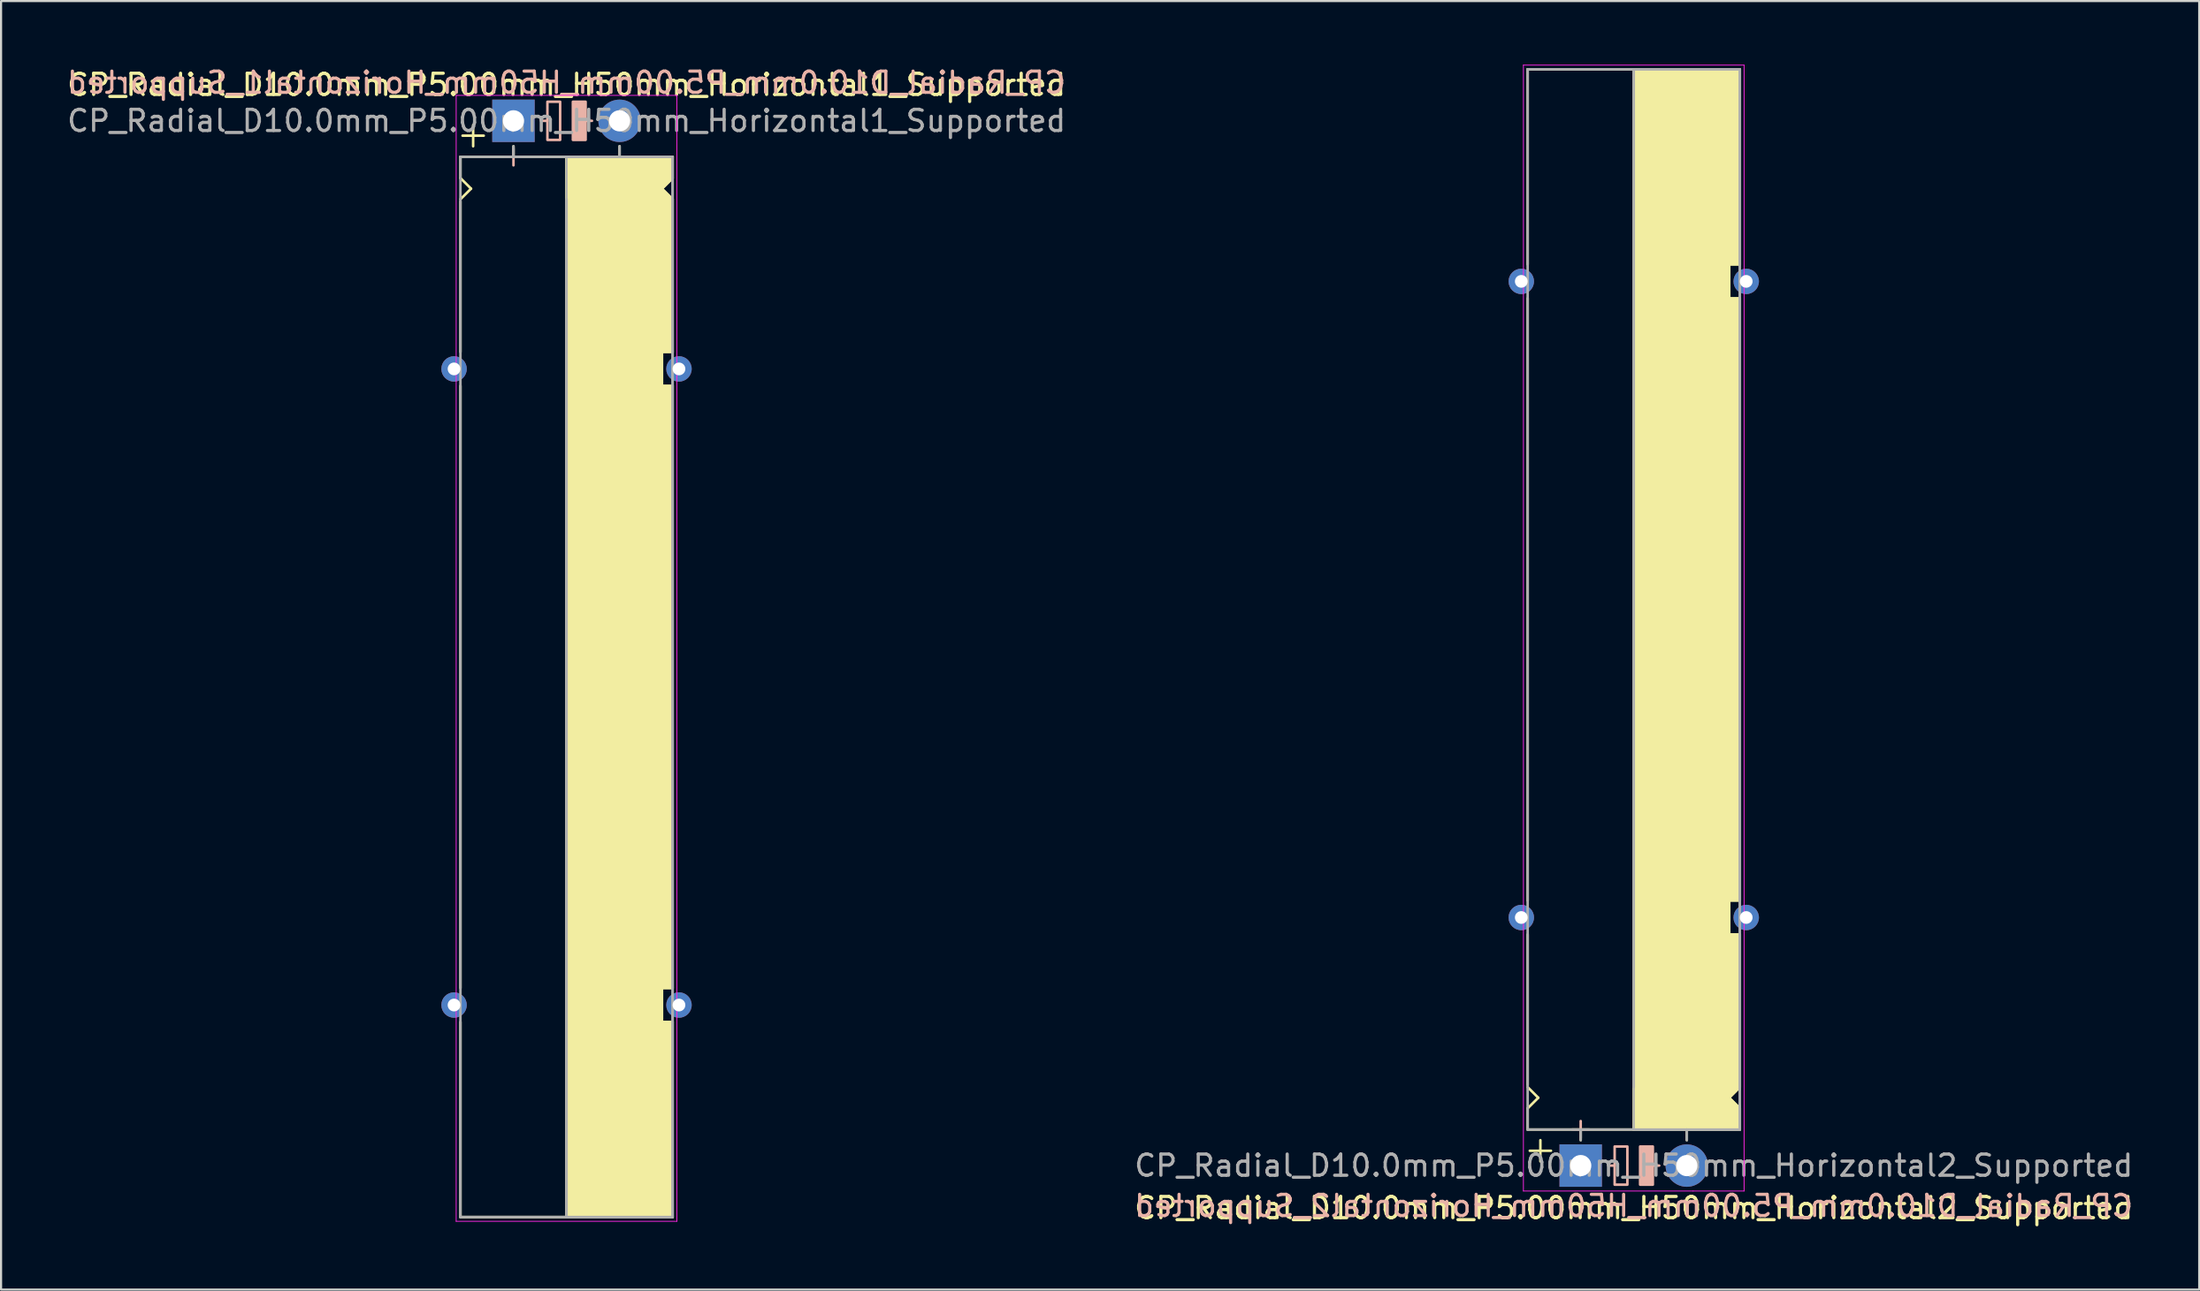
<source format=kicad_pcb>
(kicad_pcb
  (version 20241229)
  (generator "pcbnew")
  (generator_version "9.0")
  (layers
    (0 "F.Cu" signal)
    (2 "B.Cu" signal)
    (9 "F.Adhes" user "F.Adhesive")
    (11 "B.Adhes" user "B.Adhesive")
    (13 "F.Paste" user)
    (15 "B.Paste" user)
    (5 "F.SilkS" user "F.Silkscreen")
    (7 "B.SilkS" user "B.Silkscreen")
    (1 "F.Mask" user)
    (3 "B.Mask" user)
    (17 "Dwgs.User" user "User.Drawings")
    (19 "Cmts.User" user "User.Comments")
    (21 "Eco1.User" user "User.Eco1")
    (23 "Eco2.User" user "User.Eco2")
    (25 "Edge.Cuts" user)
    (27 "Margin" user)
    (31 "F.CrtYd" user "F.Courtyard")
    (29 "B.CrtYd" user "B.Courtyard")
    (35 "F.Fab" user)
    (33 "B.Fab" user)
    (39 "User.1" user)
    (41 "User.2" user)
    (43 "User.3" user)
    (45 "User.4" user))
  (footprint "CP_Radial_D10.0mm_P5.00mm_H50mm_Horizontal1_Supported"
    (layer "F.Cu")
    (at 21.149 2.648)
    (property "Reference" "CP_Radial_D10.0mm_P5.00mm_H50mm_Horizontal1_Supported" (at 2.5 -1.7 0) (layer "F.SilkS") (effects (font (size 1 1) (thickness 0.15))))
    (fp_line (start -2.5 1.7) (end -2.5 2.7) (stroke (width 0.12) (type solid)) (layer "F.SilkS"))
    (fp_line (start -2.5 2.7) (end -2 3.2) (stroke (width 0.12) (type solid)) (layer "F.SilkS"))
    (fp_line (start -2.5 3.8) (end -2.5 10.9) (stroke (width 0.12) (type solid)) (layer "F.SilkS"))
    (fp_line (start -2.5 12.5) (end -2.5 40.9) (stroke (width 0.12) (type solid)) (layer "F.SilkS"))
    (fp_line (start -2.5 42.5) (end -2.5 51.7) (stroke (width 0.12) (type solid)) (layer "F.SilkS"))
    (fp_line (start -2.5 51.7) (end 7.5 51.7) (stroke (width 0.12) (type solid)) (layer "F.SilkS"))
    (fp_line (start -2 3.2) (end -2.5 3.7) (stroke (width 0.12) (type solid)) (layer "F.SilkS"))
    (fp_line (start -1.9 0.2) (end -1.9 1.2) (stroke (width 0.12) (type solid)) (layer "F.SilkS"))
    (fp_line (start -1.4 0.7) (end -2.4 0.7) (stroke (width 0.12) (type solid)) (layer "F.SilkS"))
    (fp_line (start 0 1.7) (end 0 1.2) (stroke (width 0.12) (type solid)) (layer "F.SilkS"))
    (fp_line (start 2.5 1.7) (end -2.5 1.7) (stroke (width 0.12) (type solid)) (layer "F.SilkS"))
    (fp_line (start 2.5 51.7) (end 2.5 1.7) (stroke (width 0.12) (type solid)) (layer "F.SilkS"))
    (fp_line (start 5 1.7) (end 5 1.2) (stroke (width 0.12) (type solid)) (layer "F.SilkS"))
    (fp_line (start 7 3.2) (end 7.5 3.7) (stroke (width 0.12) (type solid)) (layer "F.SilkS"))
    (fp_line (start 7 10.9) (end 7 12.5) (stroke (width 0.12) (type solid)) (layer "F.SilkS"))
    (fp_line (start 7 12.5) (end 7.5 12.5) (stroke (width 0.12) (type solid)) (layer "F.SilkS"))
    (fp_line (start 7 40.9) (end 7 42.5) (stroke (width 0.12) (type solid)) (layer "F.SilkS"))
    (fp_line (start 7 42.5) (end 7.5 42.5) (stroke (width 0.12) (type solid)) (layer "F.SilkS"))
    (fp_line (start 7.5 1.7) (end 2.5 1.7) (stroke (width 0.12) (type solid)) (layer "F.SilkS"))
    (fp_line (start 7.5 1.7) (end 7.5 2.7) (stroke (width 0.12) (type solid)) (layer "F.SilkS"))
    (fp_line (start 7.5 2.7) (end 7 3.2) (stroke (width 0.12) (type solid)) (layer "F.SilkS"))
    (fp_line (start 7.5 3.7) (end 7.5 10.9) (stroke (width 0.12) (type solid)) (layer "F.SilkS"))
    (fp_line (start 7.5 10.9) (end 7 10.9) (stroke (width 0.12) (type solid)) (layer "F.SilkS"))
    (fp_line (start 7.5 12.5) (end 7.5 40.9) (stroke (width 0.12) (type solid)) (layer "F.SilkS"))
    (fp_line (start 7.5 40.9) (end 7 40.9) (stroke (width 0.12) (type solid)) (layer "F.SilkS"))
    (fp_line (start 7.5 42.5) (end 7.5 51.7) (stroke (width 0.12) (type solid)) (layer "F.SilkS"))
    (fp_poly (pts (xy 7.5 2.7) (xy 7 3.2) (xy 7.5 3.7) (xy 7.5 10.9) (xy 7 10.9) (xy 7 12.5) (xy 7.5 12.5) (xy 7.5 40.9) (xy 7 40.9) (xy 7 42.5) (xy 7.5 42.5) (xy 7.5 51.7) (xy 2.5 51.7) (xy 2.5 1.7) (xy 7.5 1.7)) (stroke (width 0.1) (type solid)) (fill yes) (layer "F.SilkS"))
    (fp_line (start 0 1.3) (end 0 2.1) (stroke (width 0.12) (type solid)) (layer "B.SilkS"))
    (fp_line (start 0.4 1.7) (end -0.4 1.7) (stroke (width 0.12) (type solid)) (layer "B.SilkS"))
    (fp_line (start 1.6 0) (end 1.3 0) (stroke (width 0.12) (type solid)) (layer "B.SilkS"))
    (fp_line (start 3.7 0) (end 3.4 0) (stroke (width 0.12) (type solid)) (layer "B.SilkS"))
    (fp_rect (start 2.2 -0.9) (end 1.6 0.9) (stroke (width 0.12) (type solid)) (fill no) (layer "B.SilkS"))
    (fp_rect (start 3.4 -0.9) (end 2.8 0.9) (stroke (width 0.12) (type solid)) (fill yes) (layer "B.SilkS"))
    (fp_line (start -2.7 -1.2) (end 5.3 -1.2) (stroke (width 0.04) (type solid)) (layer "F.CrtYd"))
    (fp_line (start -2.7 51.9) (end -2.7 -1.2) (stroke (width 0.04) (type solid)) (layer "F.CrtYd"))
    (fp_line (start 5.3 -1.2) (end 7.7 -1.2) (stroke (width 0.04) (type solid)) (layer "F.CrtYd"))
    (fp_line (start 7.7 -1.2) (end 7.7 51.9) (stroke (width 0.04) (type solid)) (layer "F.CrtYd"))
    (fp_line (start 7.7 51.9) (end -2.7 51.9) (stroke (width 0.04) (type solid)) (layer "F.CrtYd"))
    (fp_line (start -2.5 1.7) (end -2.5 51.7) (stroke (width 0.12) (type solid)) (layer "F.Fab"))
    (fp_line (start -2.5 51.7) (end 7.5 51.7) (stroke (width 0.12) (type solid)) (layer "F.Fab"))
    (fp_line (start 0 1.7) (end 0 1.2) (stroke (width 0.12) (type solid)) (layer "F.Fab"))
    (fp_line (start 2.5 3.7) (end 2.5 51.7) (stroke (width 0.12) (type solid)) (layer "F.Fab"))
    (fp_line (start 5 1.7) (end 5 1.2) (stroke (width 0.12) (type solid)) (layer "F.Fab"))
    (fp_line (start 7.5 1.7) (end -2.5 1.7) (stroke (width 0.12) (type solid)) (layer "F.Fab"))
    (fp_line (start 7.5 51.7) (end 7.5 1.7) (stroke (width 0.12) (type solid)) (layer "F.Fab"))
    (fp_poly (pts (xy 7.5 51.7) (xy 2.5 51.7) (xy 2.5 1.7) (xy 7.5 1.7)) (stroke (width 0.1) (type solid)) (fill no) (layer "F.Fab"))
    (fp_text user "${REFERENCE}" (at 2.5 -1.8 0) (layer "B.SilkS") (effects (font (size 1 1) (thickness 0.15)) (justify mirror)))
    (fp_text user "${REFERENCE}" (at 2.5 0 0) (layer "F.Fab") (effects (font (size 1 1) (thickness 0.15))))
    (pad "1" thru_hole rect (at 0 0) (size 2 2) (drill 1) (layers "*.Cu" "*.Mask"))
    (pad "2" thru_hole circle (at 5 0) (size 2 2) (drill 1) (layers "*.Cu" "*.Mask"))
    (pad "~" thru_hole circle (at -2.8 11.7 180) (size 1.2 1.2) (drill 0.6) (layers "*.Cu" "*.Mask"))
    (pad "~" thru_hole circle (at -2.8 41.7) (size 1.2 1.2) (drill 0.6) (layers "*.Cu" "*.Mask"))
    (pad "~" thru_hole circle (at 7.8 11.7) (size 1.2 1.2) (drill 0.6) (layers "*.Cu" "*.Mask"))
    (pad "~" thru_hole circle (at 7.8 41.7) (size 1.2 1.2) (drill 0.6) (layers "*.Cu" "*.Mask")))
  (footprint "CP_Radial_D10.0mm_P5.00mm_H50mm_Horizontal2_Supported"
    (layer "F.Cu")
    (at 71.446 51.92)
    (property "Reference" "CP_Radial_D10.0mm_P5.00mm_H50mm_Horizontal2_Supported" (at 2.5 2 0) (layer "F.SilkS") (effects (font (size 1 1) (thickness 0.15))))
    (fp_line (start -2.5 -51.7) (end 7.5 -51.7) (stroke (width 0.12) (type solid)) (layer "F.SilkS"))
    (fp_line (start -2.5 -42.5) (end -2.5 -51.7) (stroke (width 0.12) (type solid)) (layer "F.SilkS"))
    (fp_line (start -2.5 -12.5) (end -2.5 -40.9) (stroke (width 0.12) (type solid)) (layer "F.SilkS"))
    (fp_line (start -2.5 -3.8) (end -2.5 -10.9) (stroke (width 0.12) (type solid)) (layer "F.SilkS"))
    (fp_line (start -2.5 -2.7) (end -2 -3.2) (stroke (width 0.12) (type solid)) (layer "F.SilkS"))
    (fp_line (start -2.5 -1.7) (end -2.5 -2.7) (stroke (width 0.12) (type solid)) (layer "F.SilkS"))
    (fp_line (start -2 -3.2) (end -2.5 -3.7) (stroke (width 0.12) (type solid)) (layer "F.SilkS"))
    (fp_line (start -1.9 -1.2) (end -1.9 -0.2) (stroke (width 0.12) (type solid)) (layer "F.SilkS"))
    (fp_line (start -1.4 -0.7) (end -2.4 -0.7) (stroke (width 0.12) (type solid)) (layer "F.SilkS"))
    (fp_line (start 0 -1.7) (end 0 -1.2) (stroke (width 0.12) (type solid)) (layer "F.SilkS"))
    (fp_line (start 2.5 -51.7) (end 2.5 -1.7) (stroke (width 0.12) (type solid)) (layer "F.SilkS"))
    (fp_line (start 2.5 -1.7) (end -2.5 -1.7) (stroke (width 0.12) (type solid)) (layer "F.SilkS"))
    (fp_line (start 5 -1.7) (end 5 -1.2) (stroke (width 0.12) (type solid)) (layer "F.SilkS"))
    (fp_line (start 7 -42.5) (end 7.5 -42.5) (stroke (width 0.12) (type solid)) (layer "F.SilkS"))
    (fp_line (start 7 -40.9) (end 7 -42.5) (stroke (width 0.12) (type solid)) (layer "F.SilkS"))
    (fp_line (start 7 -12.5) (end 7.5 -12.5) (stroke (width 0.12) (type solid)) (layer "F.SilkS"))
    (fp_line (start 7 -10.9) (end 7 -12.5) (stroke (width 0.12) (type solid)) (layer "F.SilkS"))
    (fp_line (start 7 -3.2) (end 7.5 -3.7) (stroke (width 0.12) (type solid)) (layer "F.SilkS"))
    (fp_line (start 7.5 -42.5) (end 7.5 -51.7) (stroke (width 0.12) (type solid)) (layer "F.SilkS"))
    (fp_line (start 7.5 -40.9) (end 7 -40.9) (stroke (width 0.12) (type solid)) (layer "F.SilkS"))
    (fp_line (start 7.5 -12.5) (end 7.5 -40.9) (stroke (width 0.12) (type solid)) (layer "F.SilkS"))
    (fp_line (start 7.5 -10.9) (end 7 -10.9) (stroke (width 0.12) (type solid)) (layer "F.SilkS"))
    (fp_line (start 7.5 -3.7) (end 7.5 -10.9) (stroke (width 0.12) (type solid)) (layer "F.SilkS"))
    (fp_line (start 7.5 -2.7) (end 7 -3.2) (stroke (width 0.12) (type solid)) (layer "F.SilkS"))
    (fp_line (start 7.5 -1.7) (end 2.5 -1.7) (stroke (width 0.12) (type solid)) (layer "F.SilkS"))
    (fp_line (start 7.5 -1.7) (end 7.5 -2.7) (stroke (width 0.12) (type solid)) (layer "F.SilkS"))
    (fp_poly (pts (xy 7.5 -2.7) (xy 7 -3.2) (xy 7.5 -3.7) (xy 7.5 -10.9) (xy 7 -10.9) (xy 7 -12.5) (xy 7.5 -12.5) (xy 7.5 -40.9) (xy 7 -40.9) (xy 7 -42.5) (xy 7.5 -42.5) (xy 7.5 -51.7) (xy 2.5 -51.7) (xy 2.5 -1.7) (xy 7.5 -1.7)) (stroke (width 0.1) (type solid)) (fill yes) (layer "F.SilkS"))
    (fp_line (start 0 -2.1) (end 0 -1.3) (stroke (width 0.12) (type solid)) (layer "B.SilkS"))
    (fp_line (start 0.4 -1.7) (end -0.4 -1.7) (stroke (width 0.12) (type solid)) (layer "B.SilkS"))
    (fp_line (start 1.6 0) (end 1.3 0) (stroke (width 0.12) (type solid)) (layer "B.SilkS"))
    (fp_line (start 3.7 0) (end 3.4 0) (stroke (width 0.12) (type solid)) (layer "B.SilkS"))
    (fp_rect (start 2.2 -0.9) (end 1.6 0.9) (stroke (width 0.12) (type solid)) (fill no) (layer "B.SilkS"))
    (fp_rect (start 3.4 -0.9) (end 2.8 0.9) (stroke (width 0.12) (type solid)) (fill yes) (layer "B.SilkS"))
    (fp_line (start -2.7 -51.9) (end -2.7 1.2) (stroke (width 0.04) (type solid)) (layer "F.CrtYd"))
    (fp_line (start -2.7 1.2) (end 5.3 1.2) (stroke (width 0.04) (type solid)) (layer "F.CrtYd"))
    (fp_line (start 5.3 1.2) (end 7.7 1.2) (stroke (width 0.04) (type solid)) (layer "F.CrtYd"))
    (fp_line (start 7.7 -51.9) (end -2.7 -51.9) (stroke (width 0.04) (type solid)) (layer "F.CrtYd"))
    (fp_line (start 7.7 1.2) (end 7.7 -51.9) (stroke (width 0.04) (type solid)) (layer "F.CrtYd"))
    (fp_line (start -2.5 -51.7) (end 7.5 -51.7) (stroke (width 0.12) (type solid)) (layer "F.Fab"))
    (fp_line (start -2.5 -1.7) (end -2.5 -51.7) (stroke (width 0.12) (type solid)) (layer "F.Fab"))
    (fp_line (start 0 -1.7) (end 0 -1.2) (stroke (width 0.12) (type solid)) (layer "F.Fab"))
    (fp_line (start 2.5 -3.7) (end 2.5 -51.7) (stroke (width 0.12) (type solid)) (layer "F.Fab"))
    (fp_line (start 5 -1.7) (end 5 -1.2) (stroke (width 0.12) (type solid)) (layer "F.Fab"))
    (fp_line (start 7.5 -51.7) (end 7.5 -1.7) (stroke (width 0.12) (type solid)) (layer "F.Fab"))
    (fp_line (start 7.5 -1.7) (end -2.5 -1.7) (stroke (width 0.12) (type solid)) (layer "F.Fab"))
    (fp_poly (pts (xy 7.5 -51.7) (xy 2.5 -51.7) (xy 2.5 -1.7) (xy 7.5 -1.7)) (stroke (width 0.1) (type solid)) (fill no) (layer "F.Fab"))
    (fp_text user "${REFERENCE}" (at 2.5 1.9 0) (layer "B.SilkS") (effects (font (size 1 1) (thickness 0.15)) (justify mirror)))
    (fp_text user "${REFERENCE}" (at 2.5 0 0) (layer "F.Fab") (effects (font (size 1 1) (thickness 0.15))))
    (pad "1" thru_hole rect (at 0 0) (size 2 2) (drill 1) (layers "*.Cu" "*.Mask"))
    (pad "2" thru_hole circle (at 5 0) (size 2 2) (drill 1) (layers "*.Cu" "*.Mask"))
    (pad "~" thru_hole circle (at -2.8 -41.7 180) (size 1.2 1.2) (drill 0.6) (layers "*.Cu" "*.Mask"))
    (pad "~" thru_hole circle (at -2.8 -11.7) (size 1.2 1.2) (drill 0.6) (layers "*.Cu" "*.Mask"))
    (pad "~" thru_hole circle (at 7.8 -41.7 180) (size 1.2 1.2) (drill 0.6) (layers "*.Cu" "*.Mask"))
    (pad "~" thru_hole circle (at 7.8 -11.7 180) (size 1.2 1.2) (drill 0.6) (layers "*.Cu" "*.Mask")))
  (gr_rect
    (start -3 -3)
    (end 100.595 57.768)
    (stroke (width 0.1) (type default))
    (fill no)
    (layer "Edge.Cuts")))
</source>
